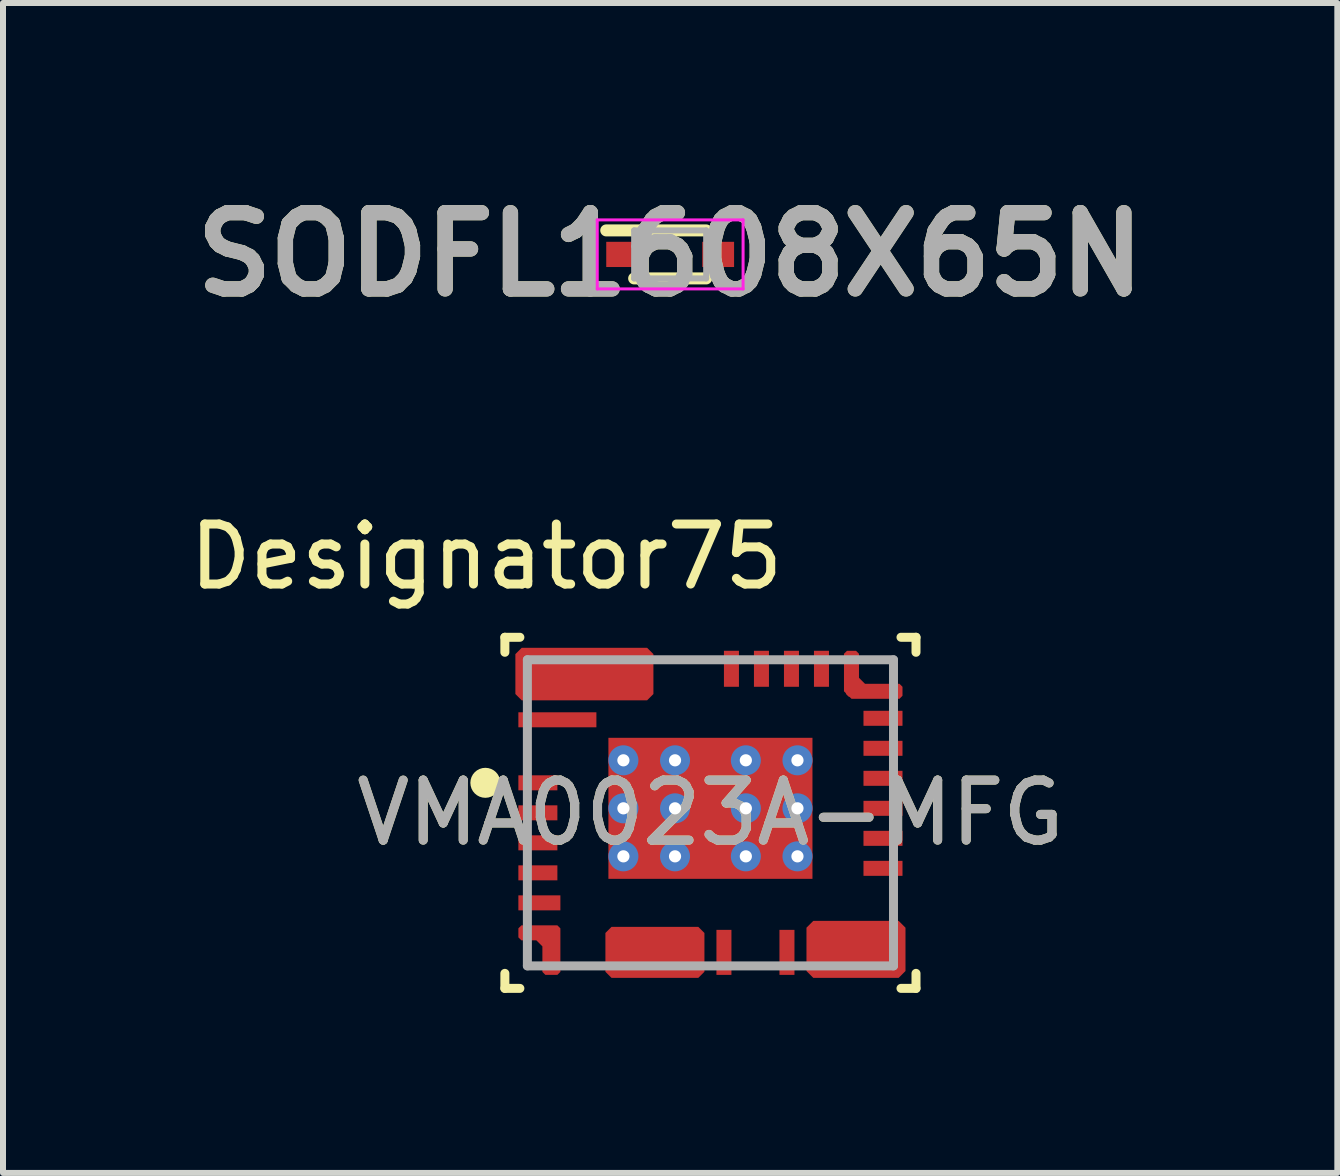
<source format=kicad_pcb>
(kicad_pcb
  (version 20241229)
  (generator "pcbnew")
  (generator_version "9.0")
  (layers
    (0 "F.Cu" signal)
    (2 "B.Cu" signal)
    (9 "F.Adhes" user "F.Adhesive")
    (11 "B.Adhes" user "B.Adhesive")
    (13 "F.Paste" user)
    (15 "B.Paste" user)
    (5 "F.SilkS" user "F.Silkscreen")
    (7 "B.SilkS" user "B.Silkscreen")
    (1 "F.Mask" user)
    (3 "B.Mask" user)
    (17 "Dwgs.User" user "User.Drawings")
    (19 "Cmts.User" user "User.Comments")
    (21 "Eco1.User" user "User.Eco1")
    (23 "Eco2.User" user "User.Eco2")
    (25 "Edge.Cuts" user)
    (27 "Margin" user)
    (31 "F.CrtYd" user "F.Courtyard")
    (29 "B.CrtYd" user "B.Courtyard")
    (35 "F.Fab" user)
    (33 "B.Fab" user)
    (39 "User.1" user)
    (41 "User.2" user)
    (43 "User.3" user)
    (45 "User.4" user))
  (footprint "SODFL1608X65N"
    (layer "F.Cu")
    (at 8.116 1.189)
    (property "Reference" "SODFL1608X65N" (at 0 0 0) (layer "F.SilkS") (effects (font (size 1.27 1.27) (thickness 0.254))))
    (attr smd)
    (fp_line (start -1.065 -0.4) (end 0.6 -0.4) (stroke (width 0.2) (type solid)) (layer "F.SilkS"))
    (fp_line (start -0.6 0.4) (end 0.6 0.4) (stroke (width 0.2) (type solid)) (layer "F.SilkS"))
    (fp_line (start -1.215 -0.575) (end 1.215 -0.575) (stroke (width 0.05) (type solid)) (layer "F.CrtYd"))
    (fp_line (start -1.215 0.575) (end -1.215 -0.575) (stroke (width 0.05) (type solid)) (layer "F.CrtYd"))
    (fp_line (start 1.215 -0.575) (end 1.215 0.575) (stroke (width 0.05) (type solid)) (layer "F.CrtYd"))
    (fp_line (start 1.215 0.575) (end -1.215 0.575) (stroke (width 0.05) (type solid)) (layer "F.CrtYd"))
    (fp_line (start -0.6 -0.4) (end 0.6 -0.4) (stroke (width 0.1) (type solid)) (layer "F.Fab"))
    (fp_line (start -0.6 -0.135) (end -0.335 -0.4) (stroke (width 0.1) (type solid)) (layer "F.Fab"))
    (fp_line (start -0.6 0.4) (end -0.6 -0.4) (stroke (width 0.1) (type solid)) (layer "F.Fab"))
    (fp_line (start 0.6 -0.4) (end 0.6 0.4) (stroke (width 0.1) (type solid)) (layer "F.Fab"))
    (fp_line (start 0.6 0.4) (end -0.6 0.4) (stroke (width 0.1) (type solid)) (layer "F.Fab"))
    (fp_text user "${REFERENCE}" (at 0 0 0) (layer "F.Fab") (effects (font (size 1.27 1.27) (thickness 0.254))))
    (pad "1" smd rect (at -0.8 0 90) (size 0.42 0.53) (layers "F.Cu" "F.Mask" "F.Paste"))
    (pad "2" smd rect (at 0.8 0 90) (size 0.42 0.53) (layers "F.Cu" "F.Mask" "F.Paste")))
  (footprint "VMA0023A-MFG"
    (layer "F.Cu")
    (at 8.787 10.493)
    (property "Reference" "VMA0023A-MFG" (at 0 0 0) (unlocked yes) (layer "F.SilkS") (effects (font (size 1 1) (thickness 0.15))))
    (attr smd)
    (fp_poly (pts (xy 3.15 1.85) (xy 3.2 1.9) (xy 3.2 2.2) (xy 3.15 2.25) (xy 2.45 2.25) (xy 2.4 2.3) (xy 2.4 2.65) (xy 2.35 2.7) (xy 2.2 2.7) (xy 2.15 2.65) (xy 2.15 2.3) (xy 2.1 2.25) (xy 1.95 2.25) (xy 1.9 2.3) (xy 1.9 2.65) (xy 1.85 2.7) (xy 1.7 2.7) (xy 1.65 2.65) (xy 1.65 2) (xy 1.775 1.85)) (stroke (width 0) (type solid)) (fill yes) (layer "F.Mask"))
    (fp_poly (pts (xy -1.5 2.65) (xy -1.55 2.7) (xy -1.65 2.7) (xy -1.7 2.65) (xy -1.7 2.075) (xy -1.575 1.95) (xy -0.275 1.95) (xy -0.15 2.075) (xy -0.15 2.65) (xy -0.2 2.7) (xy -0.3 2.7) (xy -0.35 2.65) (xy -0.35 2.3) (xy -0.4 2.25) (xy -0.55 2.25) (xy -0.6 2.3) (xy -0.6 2.65) (xy -0.65 2.7) (xy -0.75 2.7) (xy -0.8 2.65) (xy -0.8 2.3) (xy -0.85 2.25) (xy -1 2.25) (xy -1.05 2.3) (xy -1.05 2.65) (xy -1.1 2.7) (xy -1.2 2.7) (xy -1.25 2.65) (xy -1.25 2.3) (xy -1.3 2.25) (xy -1.45 2.25) (xy -1.5 2.3)) (stroke (width 0) (type solid)) (fill yes) (layer "F.Mask"))
    (fp_poly (pts (xy -1.05 -2.7) (xy -1 -2.65) (xy -1 -1.975) (xy -1.05 -1.925) (xy -3.15 -1.925) (xy -3.2 -1.975) (xy -3.2 -2.125) (xy -3.15 -2.175) (xy -2.8 -2.175) (xy -2.75 -2.225) (xy -2.75 -2.65) (xy -2.7 -2.7) (xy -2.55 -2.7) (xy -2.5 -2.65) (xy -2.5 -2.3) (xy -2.45 -2.25) (xy -2.3 -2.25) (xy -2.25 -2.3) (xy -2.25 -2.65) (xy -2.2 -2.7) (xy -2.05 -2.7) (xy -2 -2.65) (xy -2 -2.3) (xy -1.95 -2.25) (xy -1.8 -2.25) (xy -1.75 -2.3) (xy -1.75 -2.65) (xy -1.7 -2.7) (xy -1.55 -2.7) (xy -1.5 -2.65) (xy -1.5 -2.3) (xy -1.45 -2.25) (xy -1.3 -2.25) (xy -1.25 -2.3) (xy -1.25 -2.65) (xy -1.2 -2.7)) (stroke (width 0) (type solid)) (fill yes) (layer "F.Mask"))
    (fp_line (start -3.425 -2.925) (end -3.175 -2.925) (stroke (width 0.15) (type solid)) (layer "F.SilkS"))
    (fp_line (start -3.425 -2.675) (end -3.425 -2.925) (stroke (width 0.15) (type solid)) (layer "F.SilkS"))
    (fp_line (start -3.425 2.925) (end -3.425 2.675) (stroke (width 0.15) (type solid)) (layer "F.SilkS"))
    (fp_line (start -3.425 2.925) (end -3.175 2.925) (stroke (width 0.15) (type solid)) (layer "F.SilkS"))
    (fp_line (start 3.175 -2.925) (end 3.425 -2.925) (stroke (width 0.15) (type solid)) (layer "F.SilkS"))
    (fp_line (start 3.175 2.925) (end 3.425 2.925) (stroke (width 0.15) (type solid)) (layer "F.SilkS"))
    (fp_line (start 3.425 -2.675) (end 3.425 -2.925) (stroke (width 0.15) (type solid)) (layer "F.SilkS"))
    (fp_line (start 3.425 2.925) (end 3.425 2.675) (stroke (width 0.15) (type solid)) (layer "F.SilkS"))
    (fp_circle (center -3.75 -0.5) (end -3.625 -0.5) (stroke (width 0.25) (type solid)) (fill no) (layer "F.SilkS"))
    (fp_poly (pts (xy -1.67 -1.165) (xy -1.62 -1.215) (xy -0.74 -1.215) (xy -0.69 -1.165) (xy -0.69 -0.225) (xy -0.74 -0.175) (xy -1.62 -0.175) (xy -1.67 -0.225)) (stroke (width 0) (type solid)) (fill yes) (layer "F.Paste"))
    (fp_poly (pts (xy -1.67 0.075) (xy -1.62 0.025) (xy -0.74 0.025) (xy -0.69 0.075) (xy -0.69 1.015) (xy -0.74 1.065) (xy -1.62 1.065) (xy -1.67 1.015)) (stroke (width 0) (type solid)) (fill yes) (layer "F.Paste"))
    (fp_poly (pts (xy -0.44 -1.215) (xy 0.44 -1.215) (xy 0.49 -1.165) (xy 0.49 -0.225) (xy 0.44 -0.175) (xy -0.44 -0.175) (xy -0.49 -0.225) (xy -0.49 -1.165)) (stroke (width 0) (type solid)) (fill yes) (layer "F.Paste"))
    (fp_poly (pts (xy 0.49 0.075) (xy 0.49 1.015) (xy 0.44 1.065) (xy -0.44 1.065) (xy -0.49 1.015) (xy -0.49 0.075) (xy -0.44 0.025) (xy 0.44 0.025)) (stroke (width 0) (type solid)) (fill yes) (layer "F.Paste"))
    (fp_poly (pts (xy 0.74 -0.175) (xy 0.69 -0.225) (xy 0.69 -1.165) (xy 0.74 -1.215) (xy 1.62 -1.215) (xy 1.67 -1.165) (xy 1.67 -0.225) (xy 1.62 -0.175)) (stroke (width 0) (type solid)) (fill yes) (layer "F.Paste"))
    (fp_poly (pts (xy 0.74 0.025) (xy 1.62 0.025) (xy 1.67 0.075) (xy 1.67 1.015) (xy 1.62 1.065) (xy 0.74 1.065) (xy 0.69 1.015) (xy 0.69 0.075)) (stroke (width 0) (type solid)) (fill yes) (layer "F.Paste"))
    (fp_poly (pts (xy 3.15 1.85) (xy 3.2 1.9) (xy 3.2 2.2) (xy 3.15 2.25) (xy 2.45 2.25) (xy 2.4 2.3) (xy 2.4 2.65) (xy 2.35 2.7) (xy 2.2 2.7) (xy 2.15 2.65) (xy 2.15 2.3) (xy 2.1 2.25) (xy 1.95 2.25) (xy 1.9 2.3) (xy 1.9 2.65) (xy 1.85 2.7) (xy 1.7 2.7) (xy 1.65 2.65) (xy 1.65 2) (xy 1.775 1.85)) (stroke (width 0) (type solid)) (fill yes) (layer "F.Paste"))
    (fp_poly (pts (xy -1.5 2.65) (xy -1.55 2.7) (xy -1.65 2.7) (xy -1.7 2.65) (xy -1.7 2.075) (xy -1.575 1.95) (xy -0.275 1.95) (xy -0.15 2.075) (xy -0.15 2.65) (xy -0.2 2.7) (xy -0.3 2.7) (xy -0.35 2.65) (xy -0.35 2.3) (xy -0.4 2.25) (xy -0.55 2.25) (xy -0.6 2.3) (xy -0.6 2.65) (xy -0.65 2.7) (xy -0.75 2.7) (xy -0.8 2.65) (xy -0.8 2.3) (xy -0.85 2.25) (xy -1 2.25) (xy -1.05 2.3) (xy -1.05 2.65) (xy -1.1 2.7) (xy -1.2 2.7) (xy -1.25 2.65) (xy -1.25 2.3) (xy -1.3 2.25) (xy -1.45 2.25) (xy -1.5 2.3)) (stroke (width 0) (type solid)) (fill yes) (layer "F.Paste"))
    (fp_poly (pts (xy -1.05 -2.7) (xy -1 -2.65) (xy -1 -1.975) (xy -1.05 -1.925) (xy -3.15 -1.925) (xy -3.2 -1.975) (xy -3.2 -2.125) (xy -3.15 -2.175) (xy -2.8 -2.175) (xy -2.75 -2.225) (xy -2.75 -2.65) (xy -2.7 -2.7) (xy -2.55 -2.7) (xy -2.5 -2.65) (xy -2.5 -2.3) (xy -2.45 -2.25) (xy -2.3 -2.25) (xy -2.25 -2.3) (xy -2.25 -2.65) (xy -2.2 -2.7) (xy -2.05 -2.7) (xy -2 -2.65) (xy -2 -2.3) (xy -1.95 -2.25) (xy -1.8 -2.25) (xy -1.75 -2.3) (xy -1.75 -2.65) (xy -1.7 -2.7) (xy -1.55 -2.7) (xy -1.5 -2.65) (xy -1.5 -2.3) (xy -1.45 -2.25) (xy -1.3 -2.25) (xy -1.25 -2.3) (xy -1.25 -2.65) (xy -1.2 -2.7)) (stroke (width 0) (type solid)) (fill yes) (layer "F.Paste"))
    (fp_line (start -3.05 -2.55) (end 3.05 -2.55) (stroke (width 0.15) (type solid)) (layer "F.Fab"))
    (fp_line (start -3.05 2.55) (end -3.05 -2.55) (stroke (width 0.15) (type solid)) (layer "F.Fab"))
    (fp_line (start -3.05 2.55) (end 3.05 2.55) (stroke (width 0.15) (type solid)) (layer "F.Fab"))
    (fp_line (start 3.05 2.55) (end 3.05 -2.55) (stroke (width 0.15) (type solid)) (layer "F.Fab"))
    (fp_text user "Designator75" (at -3.734 -4.267 0) (unlocked yes) (layer "F.SilkS") (effects (font (size 1 1) (thickness 0.15))))
    (fp_text user "${REFERENCE}" (at 0 0 0) (unlocked yes) (layer "F.Fab") (effects (font (size 1 1) (thickness 0.15))))
    (pad "1" smd rect (at -2.875 -0.5) (size 0.65 0.25) (layers "F.Cu" "F.Mask" "F.Paste"))
    (pad "2" smd rect (at -2.875 0) (size 0.65 0.25) (layers "F.Cu" "F.Mask" "F.Paste"))
    (pad "3" smd rect (at -2.875 0.5) (size 0.65 0.25) (layers "F.Cu" "F.Mask" "F.Paste"))
    (pad "4" smd rect (at -2.875 1) (size 0.65 0.25) (layers "F.Cu" "F.Mask" "F.Paste"))
    (pad "5" smd rect (at -2.85 1.5) (size 0.7 0.25) (layers "F.Cu" "F.Mask" "F.Paste"))
    (pad "6" smd custom (at -2.675 2.175) (size 0.235 0.235) (layers "F.Cu" "F.Mask" "F.Paste") (options (anchor circle)) (primitives (gr_poly (pts (xy -0.475 -0.05) (xy -0.525 -0.1) (xy -0.525 -0.25) (xy -0.475 -0.3) (xy 0.125 -0.3) (xy 0.175 -0.25) (xy 0.175 0.475) (xy 0.125 0.525) (xy -0.075 0.525) (xy -0.125 0.475) (xy -0.125 0.05) (xy -0.225 -0.05)) (width 0) (fill yes))))
    (pad "7" smd roundrect (at -0.925 2.325) (size 1.65 0.85) (layers "F.Cu") (roundrect_rratio 0) (chamfer_ratio 0.12) (chamfer top_left top_right bottom_left bottom_right))
    (pad "8" smd rect (at 0.225 2.325) (size 0.25 0.75) (layers "F.Cu" "F.Mask" "F.Paste"))
    (pad "9" smd rect (at 1.275 2.325) (size 0.25 0.75) (layers "F.Cu" "F.Mask" "F.Paste"))
    (pad "10" smd roundrect (at 2.425 2.275) (size 1.65 0.95) (layers "F.Cu") (roundrect_rratio 0) (chamfer_ratio 0.12) (chamfer top_left top_right bottom_left bottom_right))
    (pad "11" smd rect (at 2.875 0.925) (size 0.65 0.25) (layers "F.Cu" "F.Mask" "F.Paste"))
    (pad "12" smd rect (at 2.875 0.425) (size 0.65 0.25) (layers "F.Cu" "F.Mask" "F.Paste"))
    (pad "13" smd rect (at 2.875 -0.075) (size 0.65 0.25) (layers "F.Cu" "F.Mask" "F.Paste"))
    (pad "14" smd rect (at 2.875 -0.575) (size 0.65 0.25) (layers "F.Cu" "F.Mask" "F.Paste"))
    (pad "15" smd rect (at 2.875 -1.075) (size 0.65 0.25) (layers "F.Cu" "F.Mask" "F.Paste"))
    (pad "16" smd rect (at 2.875 -1.575) (size 0.65 0.25) (layers "F.Cu" "F.Mask" "F.Paste"))
    (pad "17" smd custom (at 2.375 -2.05) (size 0.27 0.27) (layers "F.Cu" "F.Mask" "F.Paste") (options (anchor circle)) (primitives (gr_poly (pts (xy 0.775 -0.1) (xy 0.825 -0.05) (xy 0.825 0.1) (xy 0.775 0.15) (xy -0.025 0.15) (xy -0.15 0.025) (xy -0.15 -0.6) (xy -0.1 -0.65) (xy 0.05 -0.65) (xy 0.1 -0.6) (xy 0.1 -0.2) (xy 0.2 -0.1)) (width 0) (fill yes))))
    (pad "18" smd rect (at 1.85 -2.4) (size 0.25 0.6) (layers "F.Cu" "F.Mask" "F.Paste"))
    (pad "19" smd rect (at 1.35 -2.4) (size 0.25 0.6) (layers "F.Cu" "F.Mask" "F.Paste"))
    (pad "20" smd rect (at 0.85 -2.4) (size 0.25 0.6) (layers "F.Cu" "F.Mask" "F.Paste"))
    (pad "21" smd rect (at 0.35 -2.4) (size 0.25 0.6) (layers "F.Cu" "F.Mask" "F.Paste"))
    (pad "22" smd roundrect (at -2.1 -2.312) (size 2.3 0.875) (layers "F.Cu") (roundrect_rratio 0) (chamfer_ratio 0.12) (chamfer top_left top_right bottom_left bottom_right))
    (pad "23" smd rect (at -2.55 -1.55) (size 1.3 0.25) (layers "F.Cu" "F.Mask" "F.Paste"))
    (pad "24" smd rect (at 0 -0.075) (size 3.4 2.35) (layers "F.Cu" "F.Mask"))
    (pad "25" thru_hole circle (at -1.45 -0.875) (size 0.5 0.5) (drill 0.203) (layers "*.Cu" "*.Mask"))
    (pad "26" thru_hole circle (at -1.45 -0.075) (size 0.5 0.5) (drill 0.203) (layers "*.Cu" "*.Mask"))
    (pad "27" thru_hole circle (at -1.45 0.725) (size 0.5 0.5) (drill 0.203) (layers "*.Cu" "*.Mask"))
    (pad "28" thru_hole circle (at 1.45 0.725) (size 0.5 0.5) (drill 0.203) (layers "*.Cu" "*.Mask"))
    (pad "29" thru_hole circle (at 1.45 -0.075) (size 0.5 0.5) (drill 0.203) (layers "*.Cu" "*.Mask"))
    (pad "30" thru_hole circle (at 1.45 -0.875) (size 0.5 0.5) (drill 0.203) (layers "*.Cu" "*.Mask"))
    (pad "31" thru_hole circle (at 0.59 0.725) (size 0.5 0.5) (drill 0.203) (layers "*.Cu" "*.Mask"))
    (pad "32" thru_hole circle (at 0.59 -0.075) (size 0.5 0.5) (drill 0.203) (layers "*.Cu" "*.Mask"))
    (pad "33" thru_hole circle (at 0.59 -0.875) (size 0.5 0.5) (drill 0.203) (layers "*.Cu" "*.Mask"))
    (pad "34" thru_hole circle (at -0.59 0.725) (size 0.5 0.5) (drill 0.203) (layers "*.Cu" "*.Mask"))
    (pad "35" thru_hole circle (at -0.59 -0.075) (size 0.5 0.5) (drill 0.203) (layers "*.Cu" "*.Mask"))
    (pad "36" thru_hole circle (at -0.59 -0.875) (size 0.5 0.5) (drill 0.203) (layers "*.Cu" "*.Mask"))
    (zone (net_name "") (layer "F.Cu") (hatch edge 0.5) (connect_pads) (min_thickness 0.25) (filled_areas_thickness no) (keepout (tracks not_allowed) (vias not_allowed) (pads not_allowed) (copperpour allowed) (footprints allowed)) (placement (enabled no)) (fill) (polygon (pts (xy 5.637 8.618) (xy 5.537 8.518) (xy 5.537 7.843) (xy 5.637 7.743) (xy 7.737 7.743) (xy 7.837 7.843) (xy 7.837 8.518) (xy 7.737 8.618)))))
  (gr_rect
    (start -3 -3)
    (end 19.232 16.493)
    (stroke (width 0.1) (type default))
    (fill no)
    (layer "Edge.Cuts")))
</source>
